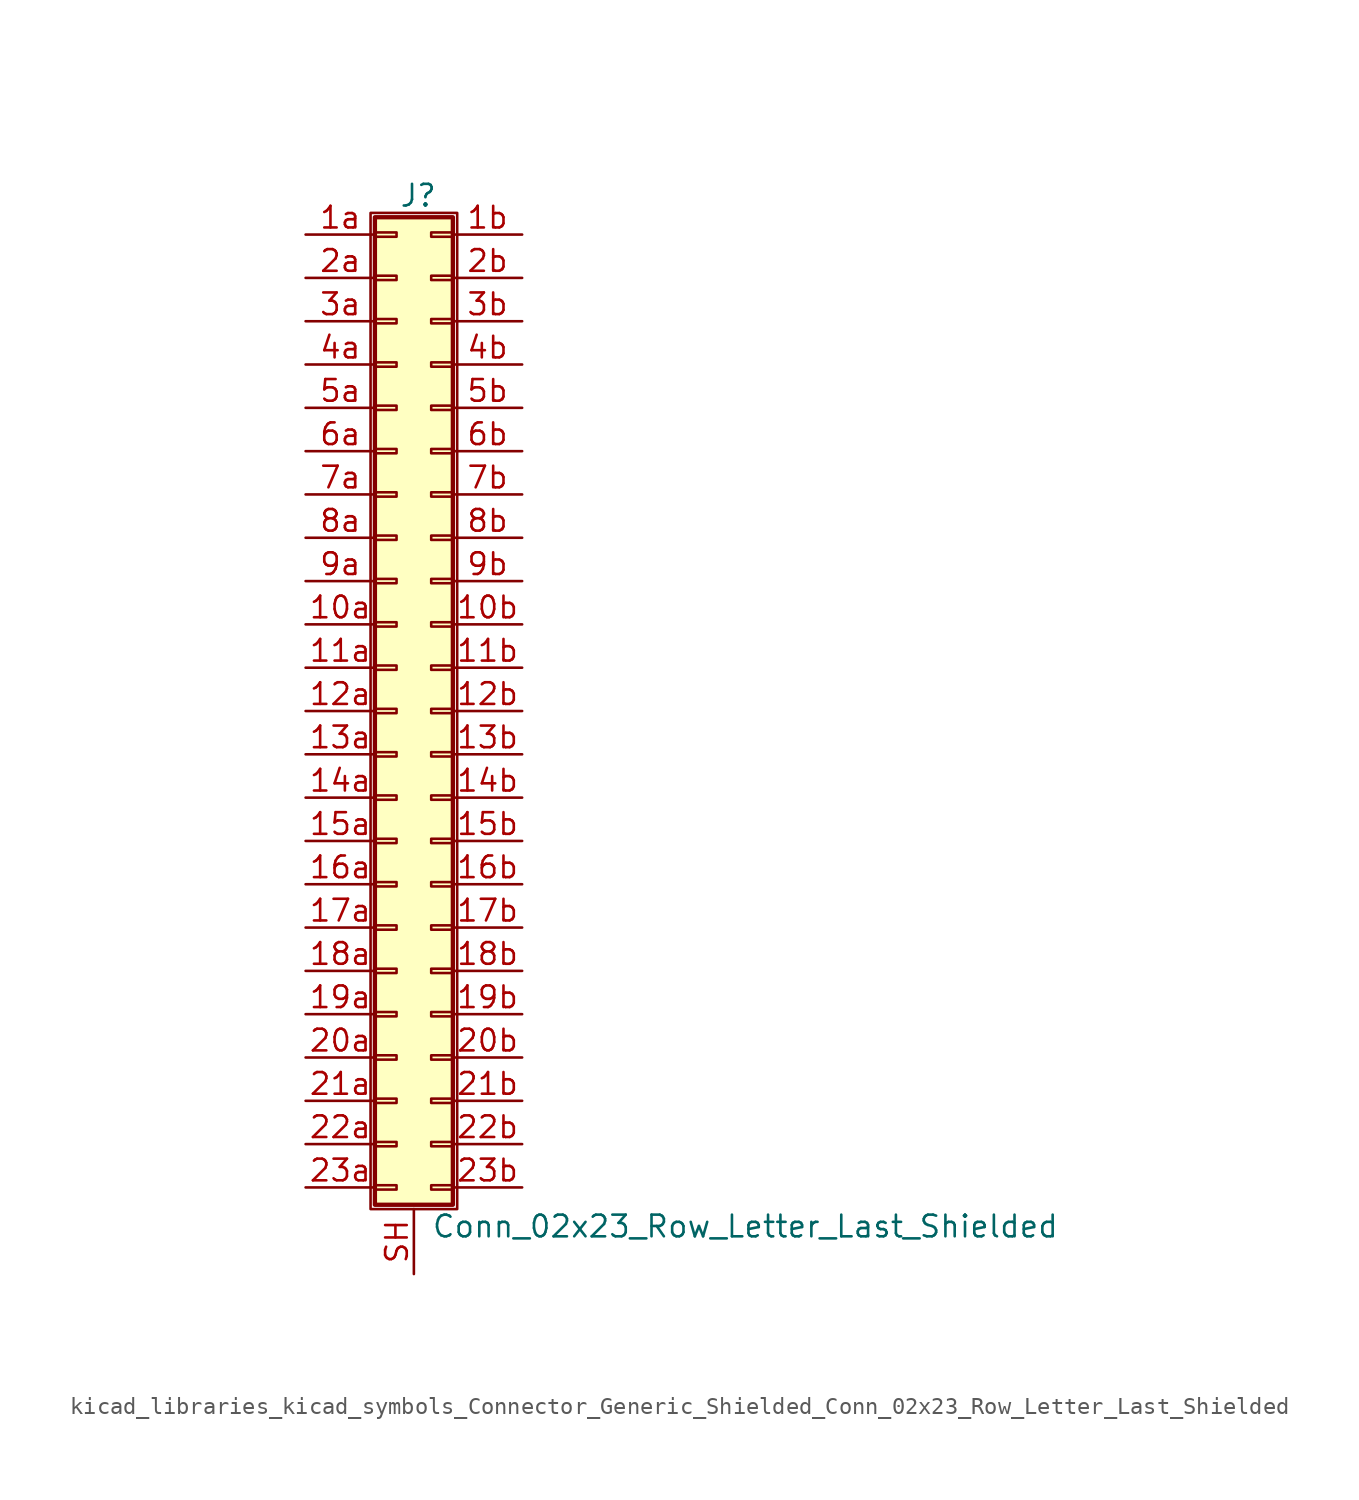
<source format=kicad_sym>
(kicad_symbol_lib
  (version 20220914)
  (generator kicad_symbol_editor)
  (symbol "kicad_libraries_kicad_symbols_Connector_Generic_Shielded_Conn_02x23_Row_Letter_Last_Shielded"
    (pin_names
      (offset 1.016) hide)
    (property "Reference" "J"
      (at 1.524 30.226 0)
      (effects (font (size 1.27 1.27))))
    (property "Value" "Conn_02x23_Row_Letter_Last_Shielded"
      (at 2.286 -30.226 0)
      (effects (font (size 1.27 1.27)) (justify left)))
    (symbol "kicad_libraries_kicad_symbols_Connector_Generic_Shielded_Conn_02x23_Row_Letter_Last_Shielded_1_1"
      (rectangle (start -1.27 29.21) (end 3.81 -29.21) (stroke (width 0.152) (type default)) (fill (type none)))
      (rectangle (start -1.016 -27.813) (end 0.254 -28.067) (stroke (width 0.152) (type default)) (fill (type none)))
      (rectangle (start -1.016 -25.273) (end 0.254 -25.527) (stroke (width 0.152) (type default)) (fill (type none)))
      (rectangle (start -1.016 -22.733) (end 0.254 -22.987) (stroke (width 0.152) (type default)) (fill (type none)))
      (rectangle (start -1.016 -20.193) (end 0.254 -20.447) (stroke (width 0.152) (type default)) (fill (type none)))
      (rectangle (start -1.016 -17.653) (end 0.254 -17.907) (stroke (width 0.152) (type default)) (fill (type none)))
      (rectangle (start -1.016 -15.113) (end 0.254 -15.367) (stroke (width 0.152) (type default)) (fill (type none)))
      (rectangle (start -1.016 -12.573) (end 0.254 -12.827) (stroke (width 0.152) (type default)) (fill (type none)))
      (rectangle (start -1.016 -10.033) (end 0.254 -10.287) (stroke (width 0.152) (type default)) (fill (type none)))
      (rectangle (start -1.016 -7.493) (end 0.254 -7.747) (stroke (width 0.152) (type default)) (fill (type none)))
      (rectangle (start -1.016 -4.953) (end 0.254 -5.207) (stroke (width 0.152) (type default)) (fill (type none)))
      (rectangle (start -1.016 -2.413) (end 0.254 -2.667) (stroke (width 0.152) (type default)) (fill (type none)))
      (rectangle (start -1.016 0.127) (end 0.254 -0.127) (stroke (width 0.152) (type default)) (fill (type none)))
      (rectangle (start -1.016 2.667) (end 0.254 2.413) (stroke (width 0.152) (type default)) (fill (type none)))
      (rectangle (start -1.016 5.207) (end 0.254 4.953) (stroke (width 0.152) (type default)) (fill (type none)))
      (rectangle (start -1.016 7.747) (end 0.254 7.493) (stroke (width 0.152) (type default)) (fill (type none)))
      (rectangle (start -1.016 10.287) (end 0.254 10.033) (stroke (width 0.152) (type default)) (fill (type none)))
      (rectangle (start -1.016 12.827) (end 0.254 12.573) (stroke (width 0.152) (type default)) (fill (type none)))
      (rectangle (start -1.016 15.367) (end 0.254 15.113) (stroke (width 0.152) (type default)) (fill (type none)))
      (rectangle (start -1.016 17.907) (end 0.254 17.653) (stroke (width 0.152) (type default)) (fill (type none)))
      (rectangle (start -1.016 20.447) (end 0.254 20.193) (stroke (width 0.152) (type default)) (fill (type none)))
      (rectangle (start -1.016 22.987) (end 0.254 22.733) (stroke (width 0.152) (type default)) (fill (type none)))
      (rectangle (start -1.016 25.527) (end 0.254 25.273) (stroke (width 0.152) (type default)) (fill (type none)))
      (rectangle (start -1.016 28.067) (end 0.254 27.813) (stroke (width 0.152) (type default)) (fill (type none)))
      (rectangle (start -1.016 28.956) (end 3.556 -28.956) (stroke (width 0.254) (type default)) (fill (type background)))
      (rectangle (start 3.556 -27.813) (end 2.286 -28.067) (stroke (width 0.152) (type default)) (fill (type none)))
      (rectangle (start 3.556 -25.273) (end 2.286 -25.527) (stroke (width 0.152) (type default)) (fill (type none)))
      (rectangle (start 3.556 -22.733) (end 2.286 -22.987) (stroke (width 0.152) (type default)) (fill (type none)))
      (rectangle (start 3.556 -20.193) (end 2.286 -20.447) (stroke (width 0.152) (type default)) (fill (type none)))
      (rectangle (start 3.556 -17.653) (end 2.286 -17.907) (stroke (width 0.152) (type default)) (fill (type none)))
      (rectangle (start 3.556 -15.113) (end 2.286 -15.367) (stroke (width 0.152) (type default)) (fill (type none)))
      (rectangle (start 3.556 -12.573) (end 2.286 -12.827) (stroke (width 0.152) (type default)) (fill (type none)))
      (rectangle (start 3.556 -10.033) (end 2.286 -10.287) (stroke (width 0.152) (type default)) (fill (type none)))
      (rectangle (start 3.556 -7.493) (end 2.286 -7.747) (stroke (width 0.152) (type default)) (fill (type none)))
      (rectangle (start 3.556 -4.953) (end 2.286 -5.207) (stroke (width 0.152) (type default)) (fill (type none)))
      (rectangle (start 3.556 -2.413) (end 2.286 -2.667) (stroke (width 0.152) (type default)) (fill (type none)))
      (rectangle (start 3.556 0.127) (end 2.286 -0.127) (stroke (width 0.152) (type default)) (fill (type none)))
      (rectangle (start 3.556 2.667) (end 2.286 2.413) (stroke (width 0.152) (type default)) (fill (type none)))
      (rectangle (start 3.556 5.207) (end 2.286 4.953) (stroke (width 0.152) (type default)) (fill (type none)))
      (rectangle (start 3.556 7.747) (end 2.286 7.493) (stroke (width 0.152) (type default)) (fill (type none)))
      (rectangle (start 3.556 10.287) (end 2.286 10.033) (stroke (width 0.152) (type default)) (fill (type none)))
      (rectangle (start 3.556 12.827) (end 2.286 12.573) (stroke (width 0.152) (type default)) (fill (type none)))
      (rectangle (start 3.556 15.367) (end 2.286 15.113) (stroke (width 0.152) (type default)) (fill (type none)))
      (rectangle (start 3.556 17.907) (end 2.286 17.653) (stroke (width 0.152) (type default)) (fill (type none)))
      (rectangle (start 3.556 20.447) (end 2.286 20.193) (stroke (width 0.152) (type default)) (fill (type none)))
      (rectangle (start 3.556 22.987) (end 2.286 22.733) (stroke (width 0.152) (type default)) (fill (type none)))
      (rectangle (start 3.556 25.527) (end 2.286 25.273) (stroke (width 0.152) (type default)) (fill (type none)))
      (rectangle (start 3.556 28.067) (end 2.286 27.813) (stroke (width 0.152) (type default)) (fill (type none)))
      (pin passive line (at -5.08 5.08 0) (length 4.064) (name "Pin_10a" (effects (font (size 1.27 1.27)))) (number "10a" (effects (font (size 1.27 1.27)))))
      (pin passive line (at 7.62 5.08 180) (length 4.064) (name "Pin_10b" (effects (font (size 1.27 1.27)))) (number "10b" (effects (font (size 1.27 1.27)))))
      (pin passive line (at -5.08 2.54 0) (length 4.064) (name "Pin_11a" (effects (font (size 1.27 1.27)))) (number "11a" (effects (font (size 1.27 1.27)))))
      (pin passive line (at 7.62 2.54 180) (length 4.064) (name "Pin_11b" (effects (font (size 1.27 1.27)))) (number "11b" (effects (font (size 1.27 1.27)))))
      (pin passive line (at -5.08 0 0) (length 4.064) (name "Pin_12a" (effects (font (size 1.27 1.27)))) (number "12a" (effects (font (size 1.27 1.27)))))
      (pin passive line (at 7.62 0 180) (length 4.064) (name "Pin_12b" (effects (font (size 1.27 1.27)))) (number "12b" (effects (font (size 1.27 1.27)))))
      (pin passive line (at -5.08 -2.54 0) (length 4.064) (name "Pin_13a" (effects (font (size 1.27 1.27)))) (number "13a" (effects (font (size 1.27 1.27)))))
      (pin passive line (at 7.62 -2.54 180) (length 4.064) (name "Pin_13b" (effects (font (size 1.27 1.27)))) (number "13b" (effects (font (size 1.27 1.27)))))
      (pin passive line (at -5.08 -5.08 0) (length 4.064) (name "Pin_14a" (effects (font (size 1.27 1.27)))) (number "14a" (effects (font (size 1.27 1.27)))))
      (pin passive line (at 7.62 -5.08 180) (length 4.064) (name "Pin_14b" (effects (font (size 1.27 1.27)))) (number "14b" (effects (font (size 1.27 1.27)))))
      (pin passive line (at -5.08 -7.62 0) (length 4.064) (name "Pin_15a" (effects (font (size 1.27 1.27)))) (number "15a" (effects (font (size 1.27 1.27)))))
      (pin passive line (at 7.62 -7.62 180) (length 4.064) (name "Pin_15b" (effects (font (size 1.27 1.27)))) (number "15b" (effects (font (size 1.27 1.27)))))
      (pin passive line (at -5.08 -10.16 0) (length 4.064) (name "Pin_16a" (effects (font (size 1.27 1.27)))) (number "16a" (effects (font (size 1.27 1.27)))))
      (pin passive line (at 7.62 -10.16 180) (length 4.064) (name "Pin_16b" (effects (font (size 1.27 1.27)))) (number "16b" (effects (font (size 1.27 1.27)))))
      (pin passive line (at -5.08 -12.7 0) (length 4.064) (name "Pin_17a" (effects (font (size 1.27 1.27)))) (number "17a" (effects (font (size 1.27 1.27)))))
      (pin passive line (at 7.62 -12.7 180) (length 4.064) (name "Pin_17b" (effects (font (size 1.27 1.27)))) (number "17b" (effects (font (size 1.27 1.27)))))
      (pin passive line (at -5.08 -15.24 0) (length 4.064) (name "Pin_18a" (effects (font (size 1.27 1.27)))) (number "18a" (effects (font (size 1.27 1.27)))))
      (pin passive line (at 7.62 -15.24 180) (length 4.064) (name "Pin_18b" (effects (font (size 1.27 1.27)))) (number "18b" (effects (font (size 1.27 1.27)))))
      (pin passive line (at -5.08 -17.78 0) (length 4.064) (name "Pin_19a" (effects (font (size 1.27 1.27)))) (number "19a" (effects (font (size 1.27 1.27)))))
      (pin passive line (at 7.62 -17.78 180) (length 4.064) (name "Pin_19b" (effects (font (size 1.27 1.27)))) (number "19b" (effects (font (size 1.27 1.27)))))
      (pin passive line (at -5.08 27.94 0) (length 4.064) (name "Pin_1a" (effects (font (size 1.27 1.27)))) (number "1a" (effects (font (size 1.27 1.27)))))
      (pin passive line (at 7.62 27.94 180) (length 4.064) (name "Pin_1b" (effects (font (size 1.27 1.27)))) (number "1b" (effects (font (size 1.27 1.27)))))
      (pin passive line (at -5.08 -20.32 0) (length 4.064) (name "Pin_20a" (effects (font (size 1.27 1.27)))) (number "20a" (effects (font (size 1.27 1.27)))))
      (pin passive line (at 7.62 -20.32 180) (length 4.064) (name "Pin_20b" (effects (font (size 1.27 1.27)))) (number "20b" (effects (font (size 1.27 1.27)))))
      (pin passive line (at -5.08 -22.86 0) (length 4.064) (name "Pin_21a" (effects (font (size 1.27 1.27)))) (number "21a" (effects (font (size 1.27 1.27)))))
      (pin passive line (at 7.62 -22.86 180) (length 4.064) (name "Pin_21b" (effects (font (size 1.27 1.27)))) (number "21b" (effects (font (size 1.27 1.27)))))
      (pin passive line (at -5.08 -25.4 0) (length 4.064) (name "Pin_22a" (effects (font (size 1.27 1.27)))) (number "22a" (effects (font (size 1.27 1.27)))))
      (pin passive line (at 7.62 -25.4 180) (length 4.064) (name "Pin_22b" (effects (font (size 1.27 1.27)))) (number "22b" (effects (font (size 1.27 1.27)))))
      (pin passive line (at -5.08 -27.94 0) (length 4.064) (name "Pin_23a" (effects (font (size 1.27 1.27)))) (number "23a" (effects (font (size 1.27 1.27)))))
      (pin passive line (at 7.62 -27.94 180) (length 4.064) (name "Pin_23b" (effects (font (size 1.27 1.27)))) (number "23b" (effects (font (size 1.27 1.27)))))
      (pin passive line (at -5.08 25.4 0) (length 4.064) (name "Pin_2a" (effects (font (size 1.27 1.27)))) (number "2a" (effects (font (size 1.27 1.27)))))
      (pin passive line (at 7.62 25.4 180) (length 4.064) (name "Pin_2b" (effects (font (size 1.27 1.27)))) (number "2b" (effects (font (size 1.27 1.27)))))
      (pin passive line (at -5.08 22.86 0) (length 4.064) (name "Pin_3a" (effects (font (size 1.27 1.27)))) (number "3a" (effects (font (size 1.27 1.27)))))
      (pin passive line (at 7.62 22.86 180) (length 4.064) (name "Pin_3b" (effects (font (size 1.27 1.27)))) (number "3b" (effects (font (size 1.27 1.27)))))
      (pin passive line (at -5.08 20.32 0) (length 4.064) (name "Pin_4a" (effects (font (size 1.27 1.27)))) (number "4a" (effects (font (size 1.27 1.27)))))
      (pin passive line (at 7.62 20.32 180) (length 4.064) (name "Pin_4b" (effects (font (size 1.27 1.27)))) (number "4b" (effects (font (size 1.27 1.27)))))
      (pin passive line (at -5.08 17.78 0) (length 4.064) (name "Pin_5a" (effects (font (size 1.27 1.27)))) (number "5a" (effects (font (size 1.27 1.27)))))
      (pin passive line (at 7.62 17.78 180) (length 4.064) (name "Pin_5b" (effects (font (size 1.27 1.27)))) (number "5b" (effects (font (size 1.27 1.27)))))
      (pin passive line (at -5.08 15.24 0) (length 4.064) (name "Pin_6a" (effects (font (size 1.27 1.27)))) (number "6a" (effects (font (size 1.27 1.27)))))
      (pin passive line (at 7.62 15.24 180) (length 4.064) (name "Pin_6b" (effects (font (size 1.27 1.27)))) (number "6b" (effects (font (size 1.27 1.27)))))
      (pin passive line (at -5.08 12.7 0) (length 4.064) (name "Pin_7a" (effects (font (size 1.27 1.27)))) (number "7a" (effects (font (size 1.27 1.27)))))
      (pin passive line (at 7.62 12.7 180) (length 4.064) (name "Pin_7b" (effects (font (size 1.27 1.27)))) (number "7b" (effects (font (size 1.27 1.27)))))
      (pin passive line (at -5.08 10.16 0) (length 4.064) (name "Pin_8a" (effects (font (size 1.27 1.27)))) (number "8a" (effects (font (size 1.27 1.27)))))
      (pin passive line (at 7.62 10.16 180) (length 4.064) (name "Pin_8b" (effects (font (size 1.27 1.27)))) (number "8b" (effects (font (size 1.27 1.27)))))
      (pin passive line (at -5.08 7.62 0) (length 4.064) (name "Pin_9a" (effects (font (size 1.27 1.27)))) (number "9a" (effects (font (size 1.27 1.27)))))
      (pin passive line (at 7.62 7.62 180) (length 4.064) (name "Pin_9b" (effects (font (size 1.27 1.27)))) (number "9b" (effects (font (size 1.27 1.27)))))
      (pin passive line (at 1.27 -33.02 90) (length 3.81) (name "Shield" (effects (font (size 1.27 1.27)))) (number "SH" (effects (font (size 1.27 1.27))))))))
</source>
